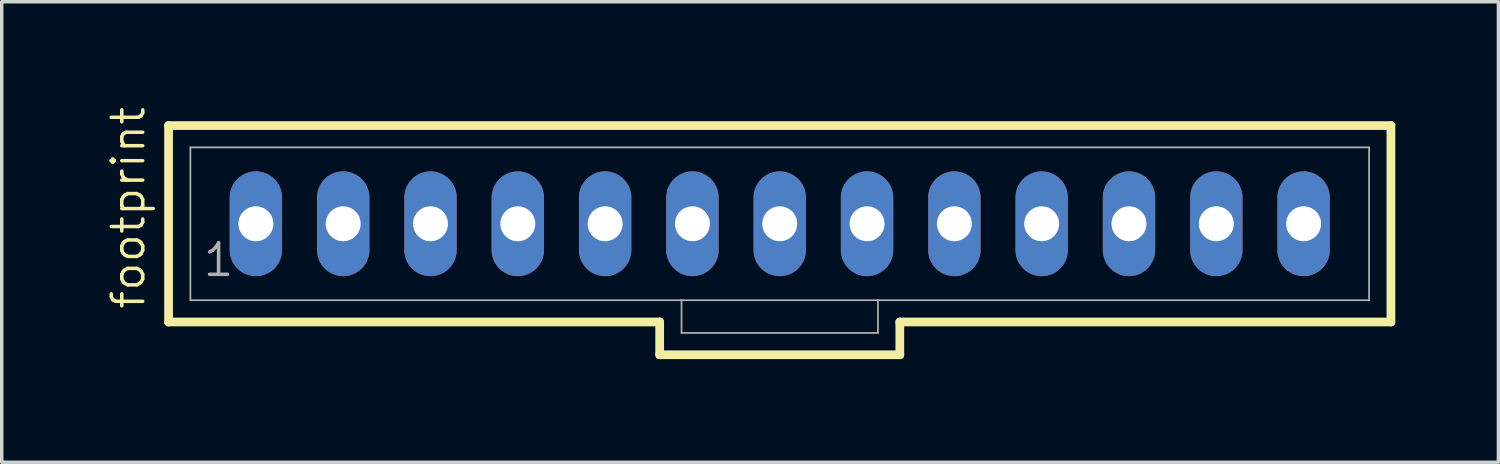
<source format=kicad_pcb>
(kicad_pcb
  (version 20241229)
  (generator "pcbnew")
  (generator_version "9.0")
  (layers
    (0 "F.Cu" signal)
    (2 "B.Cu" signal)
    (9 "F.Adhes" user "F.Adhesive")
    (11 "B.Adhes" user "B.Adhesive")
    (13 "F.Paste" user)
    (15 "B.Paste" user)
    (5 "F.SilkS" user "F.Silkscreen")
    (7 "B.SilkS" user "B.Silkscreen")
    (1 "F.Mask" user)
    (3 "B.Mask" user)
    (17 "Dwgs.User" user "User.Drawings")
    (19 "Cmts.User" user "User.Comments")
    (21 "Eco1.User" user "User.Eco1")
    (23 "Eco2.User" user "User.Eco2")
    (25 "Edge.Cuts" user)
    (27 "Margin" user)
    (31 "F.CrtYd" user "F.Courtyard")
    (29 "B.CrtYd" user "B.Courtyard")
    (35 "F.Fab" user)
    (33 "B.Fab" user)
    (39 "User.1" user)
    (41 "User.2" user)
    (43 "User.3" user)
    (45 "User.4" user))
  (footprint "footprint"
    (layer "F.Cu")
    (at 19.634 3.46)
    (property "Reference" "footprint" (at -18.415 2.54 90) (layer "F.SilkS") (effects (font (size 0.914 0.914) (thickness 0.102)) (justify left bottom)))
    (fp_line (start -17.78 -2.857) (end -17.78 2.857) (stroke (width 0.254) (type solid)) (layer "F.SilkS"))
    (fp_line (start -17.78 2.857) (end -3.493 2.857) (stroke (width 0.254) (type solid)) (layer "F.SilkS"))
    (fp_line (start -3.493 2.857) (end -3.493 3.81) (stroke (width 0.254) (type solid)) (layer "F.SilkS"))
    (fp_line (start -3.493 3.81) (end 3.493 3.81) (stroke (width 0.254) (type solid)) (layer "F.SilkS"))
    (fp_line (start 3.493 2.857) (end 17.78 2.857) (stroke (width 0.254) (type solid)) (layer "F.SilkS"))
    (fp_line (start 3.493 3.81) (end 3.493 2.857) (stroke (width 0.254) (type solid)) (layer "F.SilkS"))
    (fp_line (start 17.78 -2.857) (end -17.78 -2.857) (stroke (width 0.254) (type solid)) (layer "F.SilkS"))
    (fp_line (start 17.78 2.857) (end 17.78 -2.857) (stroke (width 0.254) (type solid)) (layer "F.SilkS"))
    (fp_line (start -17.145 -2.223) (end -17.145 2.223) (stroke (width 0.051) (type solid)) (layer "F.Fab"))
    (fp_line (start -17.145 -2.223) (end 17.145 -2.223) (stroke (width 0.051) (type solid)) (layer "F.Fab"))
    (fp_line (start -17.145 2.223) (end -2.857 2.223) (stroke (width 0.051) (type solid)) (layer "F.Fab"))
    (fp_line (start -2.857 2.223) (end -2.857 3.175) (stroke (width 0.051) (type solid)) (layer "F.Fab"))
    (fp_line (start -2.857 2.223) (end 2.857 2.223) (stroke (width 0.051) (type solid)) (layer "F.Fab"))
    (fp_line (start 2.857 2.223) (end 2.857 3.175) (stroke (width 0.051) (type solid)) (layer "F.Fab"))
    (fp_line (start 2.857 2.223) (end 17.145 2.223) (stroke (width 0.051) (type solid)) (layer "F.Fab"))
    (fp_line (start 2.857 3.175) (end -2.857 3.175) (stroke (width 0.051) (type solid)) (layer "F.Fab"))
    (fp_line (start 17.145 -2.223) (end 17.145 2.223) (stroke (width 0.051) (type solid)) (layer "F.Fab"))
    (fp_poly (pts (xy -15.478 0.238) (xy -15.002 0.238) (xy -15.002 -0.238) (xy -15.478 -0.238)) (stroke (width 0.1) (type solid)) (fill no) (layer "F.Fab"))
    (fp_poly (pts (xy -12.938 0.238) (xy -12.462 0.238) (xy -12.462 -0.238) (xy -12.938 -0.238)) (stroke (width 0.1) (type solid)) (fill no) (layer "F.Fab"))
    (fp_poly (pts (xy -10.398 0.238) (xy -9.922 0.238) (xy -9.922 -0.238) (xy -10.398 -0.238)) (stroke (width 0.1) (type solid)) (fill no) (layer "F.Fab"))
    (fp_poly (pts (xy -7.858 0.238) (xy -7.382 0.238) (xy -7.382 -0.238) (xy -7.858 -0.238)) (stroke (width 0.1) (type solid)) (fill no) (layer "F.Fab"))
    (fp_poly (pts (xy -5.318 0.238) (xy -4.842 0.238) (xy -4.842 -0.238) (xy -5.318 -0.238)) (stroke (width 0.1) (type solid)) (fill no) (layer "F.Fab"))
    (fp_poly (pts (xy -2.778 0.238) (xy -2.302 0.238) (xy -2.302 -0.238) (xy -2.778 -0.238)) (stroke (width 0.1) (type solid)) (fill no) (layer "F.Fab"))
    (fp_poly (pts (xy -0.238 0.238) (xy 0.238 0.238) (xy 0.238 -0.238) (xy -0.238 -0.238)) (stroke (width 0.1) (type solid)) (fill no) (layer "F.Fab"))
    (fp_poly (pts (xy 2.302 0.238) (xy 2.778 0.238) (xy 2.778 -0.238) (xy 2.302 -0.238)) (stroke (width 0.1) (type solid)) (fill no) (layer "F.Fab"))
    (fp_poly (pts (xy 4.842 0.238) (xy 5.318 0.238) (xy 5.318 -0.238) (xy 4.842 -0.238)) (stroke (width 0.1) (type solid)) (fill no) (layer "F.Fab"))
    (fp_poly (pts (xy 7.382 0.238) (xy 7.858 0.238) (xy 7.858 -0.238) (xy 7.382 -0.238)) (stroke (width 0.1) (type solid)) (fill no) (layer "F.Fab"))
    (fp_poly (pts (xy 9.922 0.238) (xy 10.398 0.238) (xy 10.398 -0.238) (xy 9.922 -0.238)) (stroke (width 0.1) (type solid)) (fill no) (layer "F.Fab"))
    (fp_poly (pts (xy 12.462 0.238) (xy 12.938 0.238) (xy 12.938 -0.238) (xy 12.462 -0.238)) (stroke (width 0.1) (type solid)) (fill no) (layer "F.Fab"))
    (fp_poly (pts (xy 15.002 0.238) (xy 15.478 0.238) (xy 15.478 -0.238) (xy 15.002 -0.238)) (stroke (width 0.1) (type solid)) (fill no) (layer "F.Fab"))
    (fp_text user "1" (at -16.828 1.587 0) (layer "F.Fab") (effects (font (size 0.914 0.914) (thickness 0.102)) (justify left bottom)))
    (pad "1" thru_hole oval (at -15.24 0 90) (size 3.048 1.524) (drill 1.016) (layers "*.Cu" "*.Mask"))
    (pad "2" thru_hole oval (at -12.7 0 90) (size 3.048 1.524) (drill 1.016) (layers "*.Cu" "*.Mask"))
    (pad "3" thru_hole oval (at -10.16 0 90) (size 3.048 1.524) (drill 1.016) (layers "*.Cu" "*.Mask"))
    (pad "4" thru_hole oval (at -7.62 0 90) (size 3.048 1.524) (drill 1.016) (layers "*.Cu" "*.Mask"))
    (pad "5" thru_hole oval (at -5.08 0 90) (size 3.048 1.524) (drill 1.016) (layers "*.Cu" "*.Mask"))
    (pad "6" thru_hole oval (at -2.54 0 90) (size 3.048 1.524) (drill 1.016) (layers "*.Cu" "*.Mask"))
    (pad "7" thru_hole oval (at 0 0 90) (size 3.048 1.524) (drill 1.016) (layers "*.Cu" "*.Mask"))
    (pad "8" thru_hole oval (at 2.54 0 90) (size 3.048 1.524) (drill 1.016) (layers "*.Cu" "*.Mask"))
    (pad "9" thru_hole oval (at 5.08 0 90) (size 3.048 1.524) (drill 1.016) (layers "*.Cu" "*.Mask"))
    (pad "10" thru_hole oval (at 7.62 0 90) (size 3.048 1.524) (drill 1.016) (layers "*.Cu" "*.Mask"))
    (pad "11" thru_hole oval (at 10.16 0 90) (size 3.048 1.524) (drill 1.016) (layers "*.Cu" "*.Mask"))
    (pad "12" thru_hole oval (at 12.7 0 90) (size 3.048 1.524) (drill 1.016) (layers "*.Cu" "*.Mask"))
    (pad "13" thru_hole oval (at 15.24 0 90) (size 3.048 1.524) (drill 1.016) (layers "*.Cu" "*.Mask")))
  (gr_rect
    (start -3 -3)
    (end 40.541 10.397)
    (stroke (width 0.1) (type default))
    (fill no)
    (layer "Edge.Cuts")))
</source>
